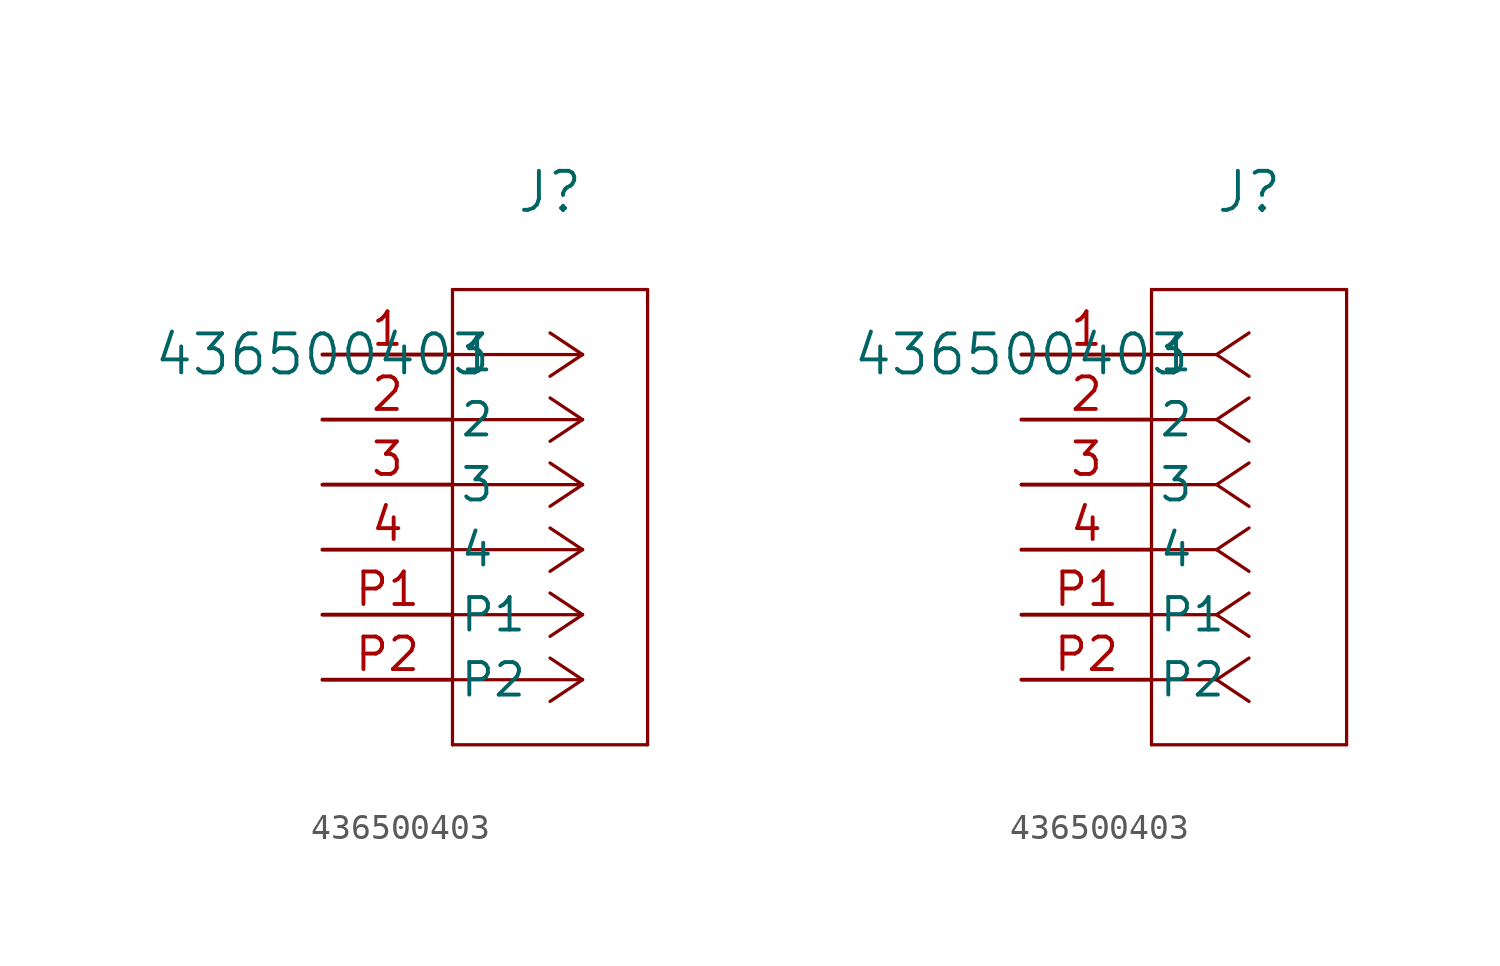
<source format=kicad_sym>
(kicad_symbol_lib
  (version 20211014)
  (generator kicad_symbol_editor)
  (symbol "436500403"
    (pin_names
      (offset 0.254))
    (property "Reference" "J"
      (at 8.89 6.35 0)
      (effects (font (size 1.524 1.524))))
    (property "Value" "436500403"
      (at 0 0 0)
      (effects (font (size 1.524 1.524))))
    (symbol "436500403_1_1"
      (polyline (pts (xy 10.16 0) (xy 5.08 0)) (stroke (width 0.127) (type default) (color 0 0 0 0)) (fill (type none)))
      (polyline (pts (xy 10.16 -2.54) (xy 5.08 -2.54)) (stroke (width 0.127) (type default) (color 0 0 0 0)) (fill (type none)))
      (polyline (pts (xy 10.16 -5.08) (xy 5.08 -5.08)) (stroke (width 0.127) (type default) (color 0 0 0 0)) (fill (type none)))
      (polyline (pts (xy 10.16 -7.62) (xy 5.08 -7.62)) (stroke (width 0.127) (type default) (color 0 0 0 0)) (fill (type none)))
      (polyline (pts (xy 10.16 -10.16) (xy 5.08 -10.16)) (stroke (width 0.127) (type default) (color 0 0 0 0)) (fill (type none)))
      (polyline (pts (xy 10.16 -12.7) (xy 5.08 -12.7)) (stroke (width 0.127) (type default) (color 0 0 0 0)) (fill (type none)))
      (polyline (pts (xy 10.16 0) (xy 8.89 0.847)) (stroke (width 0.127) (type default) (color 0 0 0 0)) (fill (type none)))
      (polyline (pts (xy 10.16 -2.54) (xy 8.89 -1.693)) (stroke (width 0.127) (type default) (color 0 0 0 0)) (fill (type none)))
      (polyline (pts (xy 10.16 -5.08) (xy 8.89 -4.233)) (stroke (width 0.127) (type default) (color 0 0 0 0)) (fill (type none)))
      (polyline (pts (xy 10.16 -7.62) (xy 8.89 -6.773)) (stroke (width 0.127) (type default) (color 0 0 0 0)) (fill (type none)))
      (polyline (pts (xy 10.16 -10.16) (xy 8.89 -9.313)) (stroke (width 0.127) (type default) (color 0 0 0 0)) (fill (type none)))
      (polyline (pts (xy 10.16 -12.7) (xy 8.89 -11.853)) (stroke (width 0.127) (type default) (color 0 0 0 0)) (fill (type none)))
      (polyline (pts (xy 10.16 0) (xy 8.89 -0.847)) (stroke (width 0.127) (type default) (color 0 0 0 0)) (fill (type none)))
      (polyline (pts (xy 10.16 -2.54) (xy 8.89 -3.387)) (stroke (width 0.127) (type default) (color 0 0 0 0)) (fill (type none)))
      (polyline (pts (xy 10.16 -5.08) (xy 8.89 -5.927)) (stroke (width 0.127) (type default) (color 0 0 0 0)) (fill (type none)))
      (polyline (pts (xy 10.16 -7.62) (xy 8.89 -8.467)) (stroke (width 0.127) (type default) (color 0 0 0 0)) (fill (type none)))
      (polyline (pts (xy 10.16 -10.16) (xy 8.89 -11.007)) (stroke (width 0.127) (type default) (color 0 0 0 0)) (fill (type none)))
      (polyline (pts (xy 10.16 -12.7) (xy 8.89 -13.547)) (stroke (width 0.127) (type default) (color 0 0 0 0)) (fill (type none)))
      (polyline (pts (xy 5.08 2.54) (xy 5.08 -15.24)) (stroke (width 0.127) (type default) (color 0 0 0 0)) (fill (type none)))
      (polyline (pts (xy 5.08 -15.24) (xy 12.7 -15.24)) (stroke (width 0.127) (type default) (color 0 0 0 0)) (fill (type none)))
      (polyline (pts (xy 12.7 -15.24) (xy 12.7 2.54)) (stroke (width 0.127) (type default) (color 0 0 0 0)) (fill (type none)))
      (polyline (pts (xy 12.7 2.54) (xy 5.08 2.54)) (stroke (width 0.127) (type default) (color 0 0 0 0)) (fill (type none)))
      (pin unspecified line (at 0 0 0) (length 5.08) (name "1" (effects (font (size 1.27 1.27)))) (number "1" (effects (font (size 1.27 1.27)))))
      (pin unspecified line (at 0 -2.54 0) (length 5.08) (name "2" (effects (font (size 1.27 1.27)))) (number "2" (effects (font (size 1.27 1.27)))))
      (pin unspecified line (at 0 -5.08 0) (length 5.08) (name "3" (effects (font (size 1.27 1.27)))) (number "3" (effects (font (size 1.27 1.27)))))
      (pin unspecified line (at 0 -7.62 0) (length 5.08) (name "4" (effects (font (size 1.27 1.27)))) (number "4" (effects (font (size 1.27 1.27)))))
      (pin unspecified line (at 0 -10.16 0) (length 5.08) (name "P1" (effects (font (size 1.27 1.27)))) (number "P1" (effects (font (size 1.27 1.27)))))
      (pin unspecified line (at 0 -12.7 0) (length 5.08) (name "P2" (effects (font (size 1.27 1.27)))) (number "P2" (effects (font (size 1.27 1.27))))))
    (symbol "436500403_1_2"
      (polyline (pts (xy 7.62 0) (xy 5.08 0)) (stroke (width 0.127) (type default) (color 0 0 0 0)) (fill (type none)))
      (polyline (pts (xy 7.62 -2.54) (xy 5.08 -2.54)) (stroke (width 0.127) (type default) (color 0 0 0 0)) (fill (type none)))
      (polyline (pts (xy 7.62 -5.08) (xy 5.08 -5.08)) (stroke (width 0.127) (type default) (color 0 0 0 0)) (fill (type none)))
      (polyline (pts (xy 7.62 -7.62) (xy 5.08 -7.62)) (stroke (width 0.127) (type default) (color 0 0 0 0)) (fill (type none)))
      (polyline (pts (xy 7.62 -10.16) (xy 5.08 -10.16)) (stroke (width 0.127) (type default) (color 0 0 0 0)) (fill (type none)))
      (polyline (pts (xy 7.62 -12.7) (xy 5.08 -12.7)) (stroke (width 0.127) (type default) (color 0 0 0 0)) (fill (type none)))
      (polyline (pts (xy 7.62 0) (xy 8.89 0.847)) (stroke (width 0.127) (type default) (color 0 0 0 0)) (fill (type none)))
      (polyline (pts (xy 7.62 -2.54) (xy 8.89 -1.693)) (stroke (width 0.127) (type default) (color 0 0 0 0)) (fill (type none)))
      (polyline (pts (xy 7.62 -5.08) (xy 8.89 -4.233)) (stroke (width 0.127) (type default) (color 0 0 0 0)) (fill (type none)))
      (polyline (pts (xy 7.62 -7.62) (xy 8.89 -6.773)) (stroke (width 0.127) (type default) (color 0 0 0 0)) (fill (type none)))
      (polyline (pts (xy 7.62 -10.16) (xy 8.89 -9.313)) (stroke (width 0.127) (type default) (color 0 0 0 0)) (fill (type none)))
      (polyline (pts (xy 7.62 -12.7) (xy 8.89 -11.853)) (stroke (width 0.127) (type default) (color 0 0 0 0)) (fill (type none)))
      (polyline (pts (xy 7.62 0) (xy 8.89 -0.847)) (stroke (width 0.127) (type default) (color 0 0 0 0)) (fill (type none)))
      (polyline (pts (xy 7.62 -2.54) (xy 8.89 -3.387)) (stroke (width 0.127) (type default) (color 0 0 0 0)) (fill (type none)))
      (polyline (pts (xy 7.62 -5.08) (xy 8.89 -5.927)) (stroke (width 0.127) (type default) (color 0 0 0 0)) (fill (type none)))
      (polyline (pts (xy 7.62 -7.62) (xy 8.89 -8.467)) (stroke (width 0.127) (type default) (color 0 0 0 0)) (fill (type none)))
      (polyline (pts (xy 7.62 -10.16) (xy 8.89 -11.007)) (stroke (width 0.127) (type default) (color 0 0 0 0)) (fill (type none)))
      (polyline (pts (xy 7.62 -12.7) (xy 8.89 -13.547)) (stroke (width 0.127) (type default) (color 0 0 0 0)) (fill (type none)))
      (polyline (pts (xy 5.08 2.54) (xy 5.08 -15.24)) (stroke (width 0.127) (type default) (color 0 0 0 0)) (fill (type none)))
      (polyline (pts (xy 5.08 -15.24) (xy 12.7 -15.24)) (stroke (width 0.127) (type default) (color 0 0 0 0)) (fill (type none)))
      (polyline (pts (xy 12.7 -15.24) (xy 12.7 2.54)) (stroke (width 0.127) (type default) (color 0 0 0 0)) (fill (type none)))
      (polyline (pts (xy 12.7 2.54) (xy 5.08 2.54)) (stroke (width 0.127) (type default) (color 0 0 0 0)) (fill (type none)))
      (pin unspecified line (at 0 0 0) (length 5.08) (name "1" (effects (font (size 1.27 1.27)))) (number "1" (effects (font (size 1.27 1.27)))))
      (pin unspecified line (at 0 -2.54 0) (length 5.08) (name "2" (effects (font (size 1.27 1.27)))) (number "2" (effects (font (size 1.27 1.27)))))
      (pin unspecified line (at 0 -5.08 0) (length 5.08) (name "3" (effects (font (size 1.27 1.27)))) (number "3" (effects (font (size 1.27 1.27)))))
      (pin unspecified line (at 0 -7.62 0) (length 5.08) (name "4" (effects (font (size 1.27 1.27)))) (number "4" (effects (font (size 1.27 1.27)))))
      (pin unspecified line (at 0 -10.16 0) (length 5.08) (name "P1" (effects (font (size 1.27 1.27)))) (number "P1" (effects (font (size 1.27 1.27)))))
      (pin unspecified line (at 0 -12.7 0) (length 5.08) (name "P2" (effects (font (size 1.27 1.27)))) (number "P2" (effects (font (size 1.27 1.27))))))))
</source>
